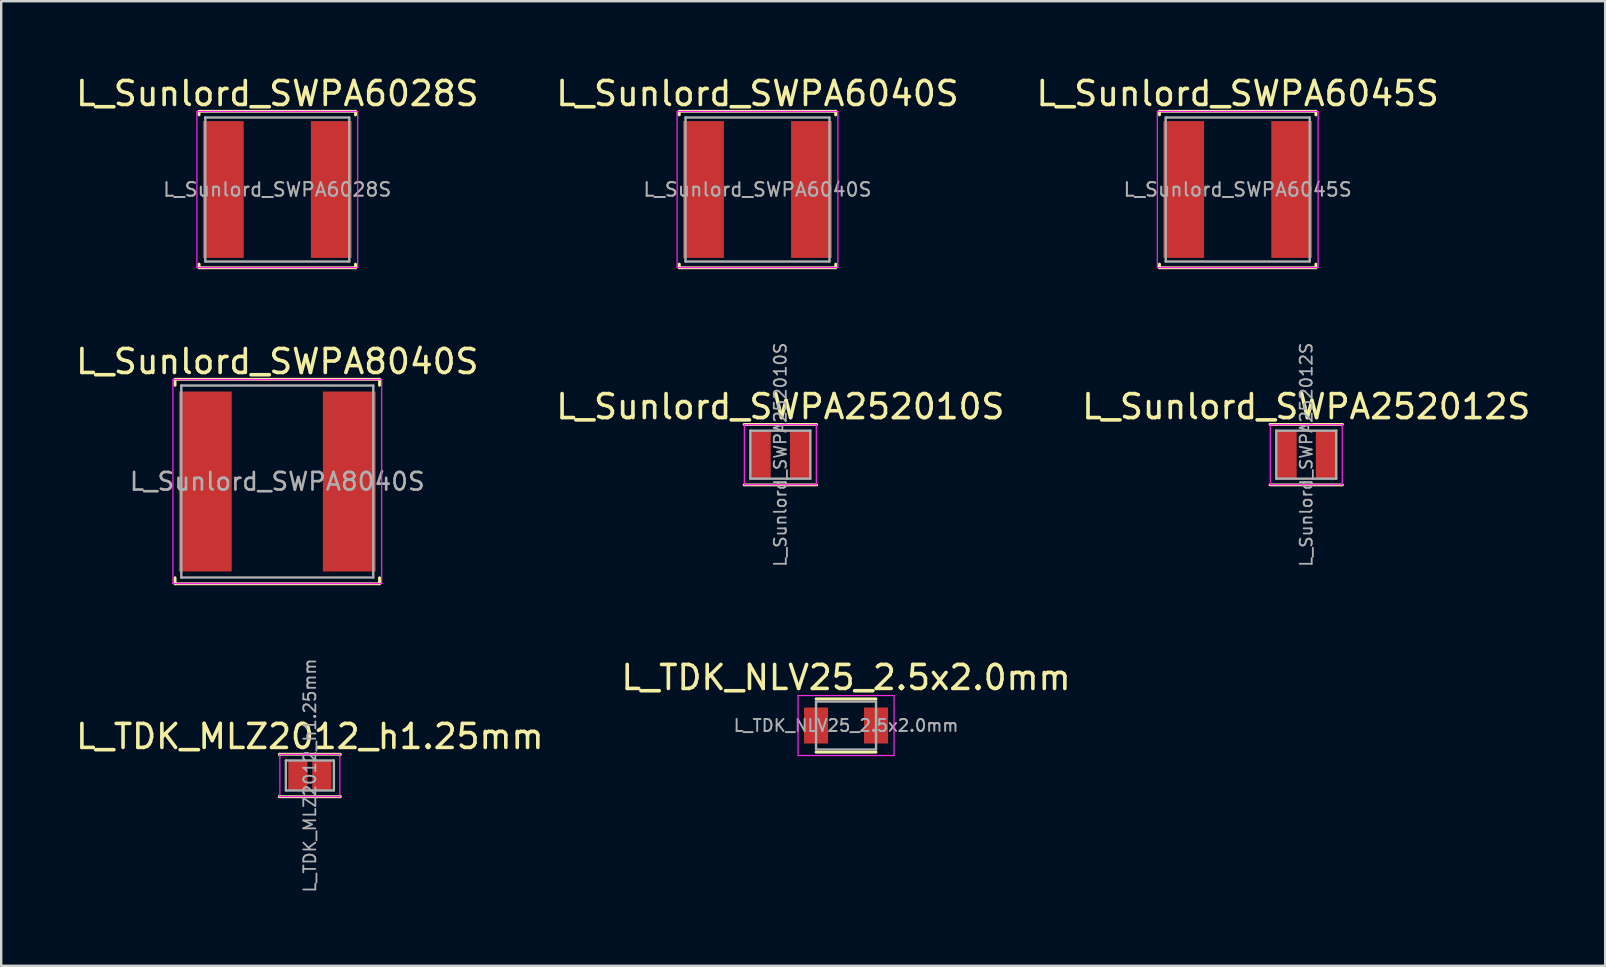
<source format=kicad_pcb>
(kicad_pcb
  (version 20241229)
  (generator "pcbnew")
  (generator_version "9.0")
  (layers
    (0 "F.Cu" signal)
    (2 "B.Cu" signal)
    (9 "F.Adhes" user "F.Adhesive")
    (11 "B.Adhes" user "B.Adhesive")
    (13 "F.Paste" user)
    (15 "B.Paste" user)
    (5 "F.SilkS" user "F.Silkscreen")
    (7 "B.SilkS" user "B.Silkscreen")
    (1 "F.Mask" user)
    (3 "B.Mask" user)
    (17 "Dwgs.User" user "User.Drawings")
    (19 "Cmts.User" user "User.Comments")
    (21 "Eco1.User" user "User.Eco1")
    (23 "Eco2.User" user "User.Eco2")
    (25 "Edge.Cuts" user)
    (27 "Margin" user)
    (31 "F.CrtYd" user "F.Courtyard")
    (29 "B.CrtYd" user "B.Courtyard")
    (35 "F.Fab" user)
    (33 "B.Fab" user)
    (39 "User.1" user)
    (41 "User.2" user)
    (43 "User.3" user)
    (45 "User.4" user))
  (footprint "L_Sunlord_SWPA6045S"
    (layer "F.Cu")
    (at 48.53 4.848)
    (property "Reference" "L_Sunlord_SWPA6045S" (at 0 -4 0) (layer "F.SilkS") (effects (font (size 1 1) (thickness 0.15))))
    (attr smd)
    (fp_line (start -3.26 -3.26) (end -3.26 -3.11) (stroke (width 0.12) (type solid)) (layer "F.SilkS"))
    (fp_line (start -3.26 -3.26) (end 3.26 -3.26) (stroke (width 0.12) (type solid)) (layer "F.SilkS"))
    (fp_line (start -3.26 3.26) (end -3.26 3.11) (stroke (width 0.12) (type solid)) (layer "F.SilkS"))
    (fp_line (start -3.26 3.26) (end 3.26 3.26) (stroke (width 0.12) (type solid)) (layer "F.SilkS"))
    (fp_line (start 3.26 -3.26) (end 3.26 -3.11) (stroke (width 0.12) (type solid)) (layer "F.SilkS"))
    (fp_line (start 3.26 3.26) (end 3.26 3.11) (stroke (width 0.12) (type solid)) (layer "F.SilkS"))
    (fp_line (start -3.35 -3.25) (end -3.35 3.25) (stroke (width 0.05) (type solid)) (layer "F.CrtYd"))
    (fp_line (start -3.35 3.25) (end 3.35 3.25) (stroke (width 0.05) (type solid)) (layer "F.CrtYd"))
    (fp_line (start 3.35 -3.25) (end -3.35 -3.25) (stroke (width 0.05) (type solid)) (layer "F.CrtYd"))
    (fp_line (start 3.35 3.25) (end 3.35 -3.25) (stroke (width 0.05) (type solid)) (layer "F.CrtYd"))
    (fp_line (start -3 -3) (end -3 3) (stroke (width 0.1) (type solid)) (layer "F.Fab"))
    (fp_line (start -3 3) (end 3 3) (stroke (width 0.1) (type solid)) (layer "F.Fab"))
    (fp_line (start 3 -3) (end -3 -3) (stroke (width 0.1) (type solid)) (layer "F.Fab"))
    (fp_line (start 3 3) (end 3 -3) (stroke (width 0.1) (type solid)) (layer "F.Fab"))
    (fp_text user "${REFERENCE}" (at 0 0 0) (layer "F.Fab") (effects (font (size 0.567 0.567) (thickness 0.085))))
    (pad "1" smd rect (at -2.25 0) (size 1.7 5.7) (layers "F.Cu" "F.Mask" "F.Paste"))
    (pad "2" smd rect (at 2.25 0) (size 1.7 5.7) (layers "F.Cu" "F.Mask" "F.Paste")))
  (footprint "L_Sunlord_SWPA6040S"
    (layer "F.Cu")
    (at 28.518 4.848)
    (property "Reference" "L_Sunlord_SWPA6040S" (at 0 -4 0) (layer "F.SilkS") (effects (font (size 1 1) (thickness 0.15))))
    (attr smd)
    (fp_line (start -3.26 -3.26) (end -3.26 -3.11) (stroke (width 0.12) (type solid)) (layer "F.SilkS"))
    (fp_line (start -3.26 -3.26) (end 3.26 -3.26) (stroke (width 0.12) (type solid)) (layer "F.SilkS"))
    (fp_line (start -3.26 3.26) (end -3.26 3.11) (stroke (width 0.12) (type solid)) (layer "F.SilkS"))
    (fp_line (start -3.26 3.26) (end 3.26 3.26) (stroke (width 0.12) (type solid)) (layer "F.SilkS"))
    (fp_line (start 3.26 -3.26) (end 3.26 -3.11) (stroke (width 0.12) (type solid)) (layer "F.SilkS"))
    (fp_line (start 3.26 3.26) (end 3.26 3.11) (stroke (width 0.12) (type solid)) (layer "F.SilkS"))
    (fp_line (start -3.35 -3.25) (end -3.35 3.25) (stroke (width 0.05) (type solid)) (layer "F.CrtYd"))
    (fp_line (start -3.35 3.25) (end 3.35 3.25) (stroke (width 0.05) (type solid)) (layer "F.CrtYd"))
    (fp_line (start 3.35 -3.25) (end -3.35 -3.25) (stroke (width 0.05) (type solid)) (layer "F.CrtYd"))
    (fp_line (start 3.35 3.25) (end 3.35 -3.25) (stroke (width 0.05) (type solid)) (layer "F.CrtYd"))
    (fp_line (start -3 -3) (end -3 3) (stroke (width 0.1) (type solid)) (layer "F.Fab"))
    (fp_line (start -3 3) (end 3 3) (stroke (width 0.1) (type solid)) (layer "F.Fab"))
    (fp_line (start 3 -3) (end -3 -3) (stroke (width 0.1) (type solid)) (layer "F.Fab"))
    (fp_line (start 3 3) (end 3 -3) (stroke (width 0.1) (type solid)) (layer "F.Fab"))
    (fp_text user "${REFERENCE}" (at 0 0 0) (layer "F.Fab") (effects (font (size 0.567 0.567) (thickness 0.085))))
    (pad "1" smd rect (at -2.25 0) (size 1.7 5.7) (layers "F.Cu" "F.Mask" "F.Paste"))
    (pad "2" smd rect (at 2.25 0) (size 1.7 5.7) (layers "F.Cu" "F.Mask" "F.Paste")))
  (footprint "L_Sunlord_SWPA8040S"
    (layer "F.Cu")
    (at 8.506 17.017)
    (property "Reference" "L_Sunlord_SWPA8040S" (at 0 -5 0) (layer "F.SilkS") (effects (font (size 1 1) (thickness 0.15))))
    (attr smd)
    (fp_line (start -4.26 -4.26) (end -4.26 -4.01) (stroke (width 0.12) (type solid)) (layer "F.SilkS"))
    (fp_line (start -4.26 -4.26) (end 4.26 -4.26) (stroke (width 0.12) (type solid)) (layer "F.SilkS"))
    (fp_line (start -4.26 4.26) (end -4.26 4.01) (stroke (width 0.12) (type solid)) (layer "F.SilkS"))
    (fp_line (start -4.26 4.26) (end 4.26 4.26) (stroke (width 0.12) (type solid)) (layer "F.SilkS"))
    (fp_line (start 4.26 -4.26) (end 4.26 -4.01) (stroke (width 0.12) (type solid)) (layer "F.SilkS"))
    (fp_line (start 4.26 4.26) (end 4.26 4.01) (stroke (width 0.12) (type solid)) (layer "F.SilkS"))
    (fp_line (start -4.35 -4.25) (end -4.35 4.25) (stroke (width 0.05) (type solid)) (layer "F.CrtYd"))
    (fp_line (start -4.35 4.25) (end 4.35 4.25) (stroke (width 0.05) (type solid)) (layer "F.CrtYd"))
    (fp_line (start 4.35 -4.25) (end -4.35 -4.25) (stroke (width 0.05) (type solid)) (layer "F.CrtYd"))
    (fp_line (start 4.35 4.25) (end 4.35 -4.25) (stroke (width 0.05) (type solid)) (layer "F.CrtYd"))
    (fp_line (start -4 -4) (end -4 4) (stroke (width 0.1) (type solid)) (layer "F.Fab"))
    (fp_line (start -4 4) (end 4 4) (stroke (width 0.1) (type solid)) (layer "F.Fab"))
    (fp_line (start 4 -4) (end -4 -4) (stroke (width 0.1) (type solid)) (layer "F.Fab"))
    (fp_line (start 4 4) (end 4 -4) (stroke (width 0.1) (type solid)) (layer "F.Fab"))
    (fp_text user "${REFERENCE}" (at 0 0 0) (layer "F.Fab") (effects (font (size 0.733 0.733) (thickness 0.11))))
    (pad "1" smd rect (at -3 0) (size 2.2 7.5) (layers "F.Cu" "F.Mask" "F.Paste"))
    (pad "2" smd rect (at 3 0) (size 2.2 7.5) (layers "F.Cu" "F.Mask" "F.Paste")))
  (footprint "L_Sunlord_SWPA252010S"
    (layer "F.Cu")
    (at 29.47 15.897)
    (property "Reference" "L_Sunlord_SWPA252010S" (at 0 -2 0) (layer "F.SilkS") (effects (font (size 1 1) (thickness 0.15))))
    (attr smd)
    (fp_line (start -1.51 -1.26) (end 1.51 -1.26) (stroke (width 0.12) (type solid)) (layer "F.SilkS"))
    (fp_line (start -1.51 1.26) (end 1.51 1.26) (stroke (width 0.12) (type solid)) (layer "F.SilkS"))
    (fp_line (start -1.5 -1.25) (end -1.5 1.25) (stroke (width 0.05) (type solid)) (layer "F.CrtYd"))
    (fp_line (start -1.5 1.25) (end 1.5 1.25) (stroke (width 0.05) (type solid)) (layer "F.CrtYd"))
    (fp_line (start 1.5 -1.25) (end -1.5 -1.25) (stroke (width 0.05) (type solid)) (layer "F.CrtYd"))
    (fp_line (start 1.5 1.25) (end 1.5 -1.25) (stroke (width 0.05) (type solid)) (layer "F.CrtYd"))
    (fp_line (start -1.25 -1) (end -1.25 1) (stroke (width 0.1) (type solid)) (layer "F.Fab"))
    (fp_line (start -1.25 1) (end 1.25 1) (stroke (width 0.1) (type solid)) (layer "F.Fab"))
    (fp_line (start 1.25 -1) (end -1.25 -1) (stroke (width 0.1) (type solid)) (layer "F.Fab"))
    (fp_line (start 1.25 1) (end 1.25 -1) (stroke (width 0.1) (type solid)) (layer "F.Fab"))
    (fp_text user "${REFERENCE}" (at 0 0 90) (layer "F.Fab") (effects (font (size 0.5 0.5) (thickness 0.075))))
    (pad "1" smd rect (at -0.825 0) (size 0.85 2) (layers "F.Cu" "F.Mask" "F.Paste"))
    (pad "2" smd rect (at 0.825 0) (size 0.85 2) (layers "F.Cu" "F.Mask" "F.Paste")))
  (footprint "L_TDK_MLZ2012_h1.25mm"
    (layer "F.Cu")
    (at 9.863 29.268)
    (property "Reference" "L_TDK_MLZ2012_h1.25mm" (at 0 -1.625 0) (layer "F.SilkS") (effects (font (size 1 1) (thickness 0.15))))
    (attr smd)
    (fp_line (start -1.26 -0.885) (end -1.26 -0.86) (stroke (width 0.12) (type solid)) (layer "F.SilkS"))
    (fp_line (start -1.26 -0.885) (end 1.26 -0.885) (stroke (width 0.12) (type solid)) (layer "F.SilkS"))
    (fp_line (start -1.26 0.885) (end -1.26 0.86) (stroke (width 0.12) (type solid)) (layer "F.SilkS"))
    (fp_line (start -1.26 0.885) (end 1.26 0.885) (stroke (width 0.12) (type solid)) (layer "F.SilkS"))
    (fp_line (start 1.26 -0.885) (end 1.26 -0.86) (stroke (width 0.12) (type solid)) (layer "F.SilkS"))
    (fp_line (start 1.26 0.885) (end 1.26 0.86) (stroke (width 0.12) (type solid)) (layer "F.SilkS"))
    (fp_line (start -1.25 -0.88) (end -1.25 0.88) (stroke (width 0.05) (type solid)) (layer "F.CrtYd"))
    (fp_line (start -1.25 0.88) (end 1.25 0.88) (stroke (width 0.05) (type solid)) (layer "F.CrtYd"))
    (fp_line (start 1.25 -0.88) (end -1.25 -0.88) (stroke (width 0.05) (type solid)) (layer "F.CrtYd"))
    (fp_line (start 1.25 0.88) (end 1.25 -0.88) (stroke (width 0.05) (type solid)) (layer "F.CrtYd"))
    (fp_line (start -1 -0.625) (end -1 0.625) (stroke (width 0.1) (type solid)) (layer "F.Fab"))
    (fp_line (start -1 0.625) (end 1 0.625) (stroke (width 0.1) (type solid)) (layer "F.Fab"))
    (fp_line (start 1 -0.625) (end -1 -0.625) (stroke (width 0.1) (type solid)) (layer "F.Fab"))
    (fp_line (start 1 0.625) (end 1 -0.625) (stroke (width 0.1) (type solid)) (layer "F.Fab"))
    (fp_text user "${REFERENCE}" (at 0 0 90) (layer "F.Fab") (effects (font (size 0.5 0.5) (thickness 0.075))))
    (pad "1" smd rect (at -0.5 0) (size 0.8 1.2) (layers "F.Cu" "F.Mask" "F.Paste"))
    (pad "2" smd rect (at 0.5 0) (size 0.8 1.2) (layers "F.Cu" "F.Mask" "F.Paste")))
  (footprint "L_Sunlord_SWPA6028S"
    (layer "F.Cu")
    (at 8.506 4.848)
    (property "Reference" "L_Sunlord_SWPA6028S" (at 0 -4 0) (layer "F.SilkS") (effects (font (size 1 1) (thickness 0.15))))
    (attr smd)
    (fp_line (start -3.26 -3.26) (end -3.26 -3.11) (stroke (width 0.12) (type solid)) (layer "F.SilkS"))
    (fp_line (start -3.26 -3.26) (end 3.26 -3.26) (stroke (width 0.12) (type solid)) (layer "F.SilkS"))
    (fp_line (start -3.26 3.26) (end -3.26 3.11) (stroke (width 0.12) (type solid)) (layer "F.SilkS"))
    (fp_line (start -3.26 3.26) (end 3.26 3.26) (stroke (width 0.12) (type solid)) (layer "F.SilkS"))
    (fp_line (start 3.26 -3.26) (end 3.26 -3.11) (stroke (width 0.12) (type solid)) (layer "F.SilkS"))
    (fp_line (start 3.26 3.26) (end 3.26 3.11) (stroke (width 0.12) (type solid)) (layer "F.SilkS"))
    (fp_line (start -3.35 -3.25) (end -3.35 3.25) (stroke (width 0.05) (type solid)) (layer "F.CrtYd"))
    (fp_line (start -3.35 3.25) (end 3.35 3.25) (stroke (width 0.05) (type solid)) (layer "F.CrtYd"))
    (fp_line (start 3.35 -3.25) (end -3.35 -3.25) (stroke (width 0.05) (type solid)) (layer "F.CrtYd"))
    (fp_line (start 3.35 3.25) (end 3.35 -3.25) (stroke (width 0.05) (type solid)) (layer "F.CrtYd"))
    (fp_line (start -3 -3) (end -3 3) (stroke (width 0.1) (type solid)) (layer "F.Fab"))
    (fp_line (start -3 3) (end 3 3) (stroke (width 0.1) (type solid)) (layer "F.Fab"))
    (fp_line (start 3 -3) (end -3 -3) (stroke (width 0.1) (type solid)) (layer "F.Fab"))
    (fp_line (start 3 3) (end 3 -3) (stroke (width 0.1) (type solid)) (layer "F.Fab"))
    (fp_text user "${REFERENCE}" (at 0 0 0) (layer "F.Fab") (effects (font (size 0.567 0.567) (thickness 0.085))))
    (pad "1" smd rect (at -2.25 0) (size 1.7 5.7) (layers "F.Cu" "F.Mask" "F.Paste"))
    (pad "2" smd rect (at 2.25 0) (size 1.7 5.7) (layers "F.Cu" "F.Mask" "F.Paste")))
  (footprint "L_TDK_NLV25_2.5x2.0mm"
    (layer "F.Cu")
    (at 32.208 27.185)
    (property "Reference" "L_TDK_NLV25_2.5x2.0mm" (at 0 -2 0) (layer "F.SilkS") (effects (font (size 1 1) (thickness 0.15))))
    (attr smd)
    (fp_line (start -1.25 -1.11) (end 1.25 -1.11) (stroke (width 0.12) (type solid)) (layer "F.SilkS"))
    (fp_line (start 1.25 1.11) (end -1.25 1.11) (stroke (width 0.12) (type solid)) (layer "F.SilkS"))
    (fp_line (start -2 -1.25) (end 2 -1.25) (stroke (width 0.05) (type solid)) (layer "F.CrtYd"))
    (fp_line (start -2 1.25) (end -2 -1.25) (stroke (width 0.05) (type solid)) (layer "F.CrtYd"))
    (fp_line (start 2 -1.25) (end 2 1.25) (stroke (width 0.05) (type solid)) (layer "F.CrtYd"))
    (fp_line (start 2 1.25) (end -2 1.25) (stroke (width 0.05) (type solid)) (layer "F.CrtYd"))
    (fp_line (start -1.25 -1) (end 1.25 -1) (stroke (width 0.1) (type solid)) (layer "F.Fab"))
    (fp_line (start -1.25 1) (end -1.25 -1) (stroke (width 0.1) (type solid)) (layer "F.Fab"))
    (fp_line (start 1.25 -1) (end 1.25 1) (stroke (width 0.1) (type solid)) (layer "F.Fab"))
    (fp_line (start 1.25 1) (end -1.25 1) (stroke (width 0.1) (type solid)) (layer "F.Fab"))
    (fp_text user "${REFERENCE}" (at 0 0 0) (layer "F.Fab") (effects (font (size 0.5 0.5) (thickness 0.08))))
    (pad "1" smd rect (at -1.25 0) (size 1 1.5) (layers "F.Cu" "F.Mask" "F.Paste"))
    (pad "2" smd rect (at 1.25 0) (size 1 1.5) (layers "F.Cu" "F.Mask" "F.Paste")))
  (footprint "L_Sunlord_SWPA252012S"
    (layer "F.Cu")
    (at 51.387 15.897)
    (property "Reference" "L_Sunlord_SWPA252012S" (at 0 -2 0) (layer "F.SilkS") (effects (font (size 1 1) (thickness 0.15))))
    (attr smd)
    (fp_line (start -1.51 -1.26) (end 1.51 -1.26) (stroke (width 0.12) (type solid)) (layer "F.SilkS"))
    (fp_line (start -1.51 1.26) (end 1.51 1.26) (stroke (width 0.12) (type solid)) (layer "F.SilkS"))
    (fp_line (start -1.5 -1.25) (end -1.5 1.25) (stroke (width 0.05) (type solid)) (layer "F.CrtYd"))
    (fp_line (start -1.5 1.25) (end 1.5 1.25) (stroke (width 0.05) (type solid)) (layer "F.CrtYd"))
    (fp_line (start 1.5 -1.25) (end -1.5 -1.25) (stroke (width 0.05) (type solid)) (layer "F.CrtYd"))
    (fp_line (start 1.5 1.25) (end 1.5 -1.25) (stroke (width 0.05) (type solid)) (layer "F.CrtYd"))
    (fp_line (start -1.25 -1) (end -1.25 1) (stroke (width 0.1) (type solid)) (layer "F.Fab"))
    (fp_line (start -1.25 1) (end 1.25 1) (stroke (width 0.1) (type solid)) (layer "F.Fab"))
    (fp_line (start 1.25 -1) (end -1.25 -1) (stroke (width 0.1) (type solid)) (layer "F.Fab"))
    (fp_line (start 1.25 1) (end 1.25 -1) (stroke (width 0.1) (type solid)) (layer "F.Fab"))
    (fp_text user "${REFERENCE}" (at 0 0 90) (layer "F.Fab") (effects (font (size 0.5 0.5) (thickness 0.075))))
    (pad "1" smd rect (at -0.825 0) (size 0.85 2) (layers "F.Cu" "F.Mask" "F.Paste"))
    (pad "2" smd rect (at 0.825 0) (size 0.85 2) (layers "F.Cu" "F.Mask" "F.Paste")))
  (gr_rect
    (start -3 -3)
    (end 63.845 37.2)
    (stroke (width 0.1) (type default))
    (fill no)
    (layer "Edge.Cuts")))
</source>
